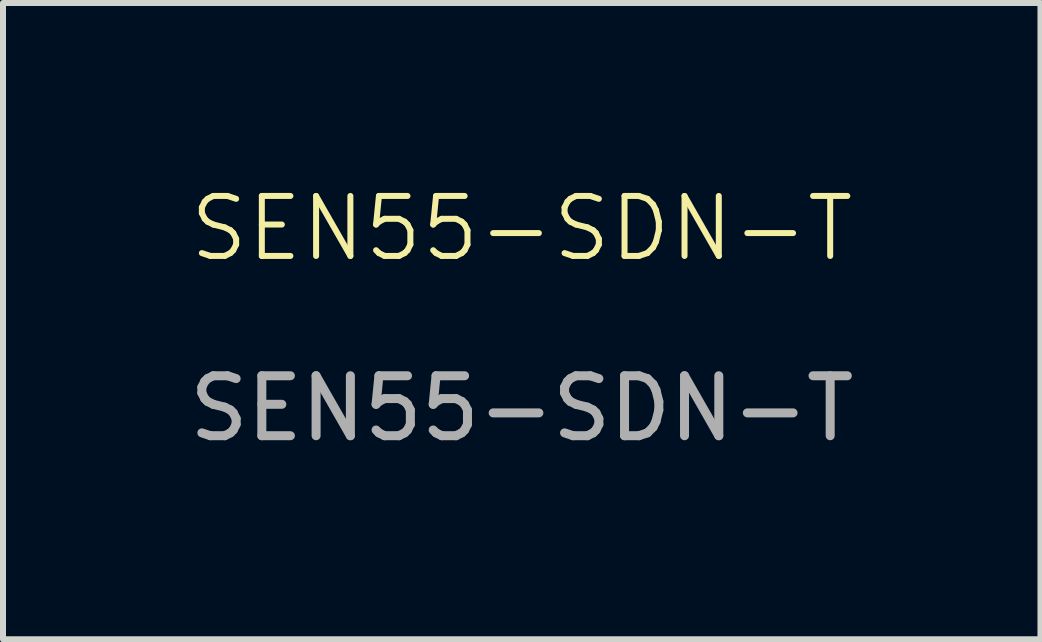
<source format=kicad_pcb>
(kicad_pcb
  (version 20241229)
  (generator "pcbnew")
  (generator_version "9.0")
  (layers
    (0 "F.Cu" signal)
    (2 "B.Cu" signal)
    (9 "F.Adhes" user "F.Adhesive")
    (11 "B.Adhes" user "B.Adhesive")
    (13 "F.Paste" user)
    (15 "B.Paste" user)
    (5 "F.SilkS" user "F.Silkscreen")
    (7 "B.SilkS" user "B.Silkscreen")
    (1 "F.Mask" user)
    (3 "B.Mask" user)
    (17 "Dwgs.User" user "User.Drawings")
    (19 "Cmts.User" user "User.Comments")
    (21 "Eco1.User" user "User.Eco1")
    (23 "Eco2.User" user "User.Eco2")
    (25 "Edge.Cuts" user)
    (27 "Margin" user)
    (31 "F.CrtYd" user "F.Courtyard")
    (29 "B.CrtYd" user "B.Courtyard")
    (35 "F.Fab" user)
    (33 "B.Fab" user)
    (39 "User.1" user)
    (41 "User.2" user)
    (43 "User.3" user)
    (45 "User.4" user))
  (footprint "SEN55-SDN-T"
    (layer "F.Cu")
    (at 5.649 1.26)
    (property "Reference" "SEN55-SDN-T" (at 0 -0.5 0) (unlocked yes) (layer "F.SilkS") (effects (font (size 1 1) (thickness 0.1))))
    (attr smd)
    (fp_text user "${REFERENCE}" (at 0 2.5 0) (unlocked yes) (layer "F.Fab") (effects (font (size 1 1) (thickness 0.15)))))
  (gr_rect
    (start -3 -3)
    (end 14.298 7.609)
    (stroke (width 0.1) (type default))
    (fill no)
    (layer "Edge.Cuts")))
</source>
